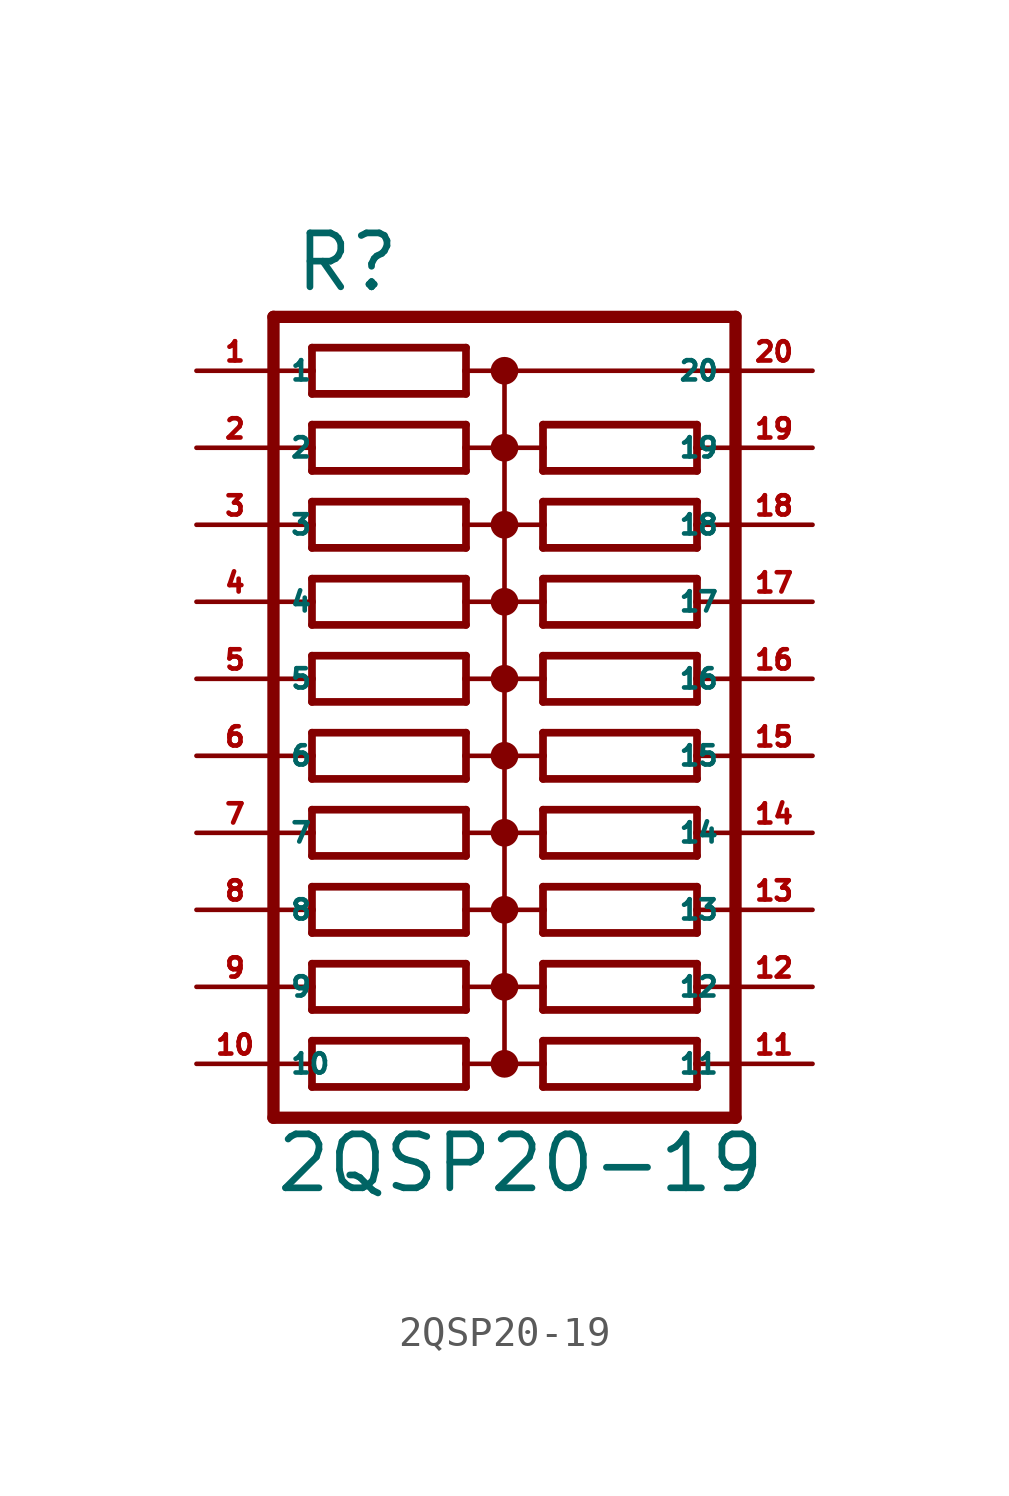
<source format=kicad_sym>
(kicad_symbol_lib
  (version 20220914)
  (generator Eagle2Kicad)
  (symbol "2QSP20-19"
    (property "Reference" "R"
      (at -6.985 12.7 0)
      (effects (font (size 1.778 1.778) (thickness 0.22)) (justify left bottom)))
    (property "Value" "2QSP20-19"
      (at -7.62 -17.018 0)
      (effects (font (size 1.778 1.778) (thickness 0.22)) (justify left bottom)))
    (polyline
      (pts (xy -6.35 9.398) (xy -1.27 9.398))
      (stroke (width 0.254) (type default))
      (fill (type none)))
    (polyline
      (pts (xy -1.27 10.922) (xy -6.35 10.922))
      (stroke (width 0.254) (type default))
      (fill (type none)))
    (polyline
      (pts (xy -1.27 9.398) (xy -1.27 10.16))
      (stroke (width 0.254) (type default))
      (fill (type none)))
    (polyline
      (pts (xy -6.35 10.922) (xy -6.35 10.16))
      (stroke (width 0.254) (type default))
      (fill (type none)))
    (polyline
      (pts (xy -6.35 10.16) (xy -7.62 10.16))
      (stroke (width 0.152) (type default))
      (fill (type none)))
    (polyline
      (pts (xy -6.35 10.16) (xy -6.35 9.398))
      (stroke (width 0.254) (type default))
      (fill (type none)))
    (polyline
      (pts (xy 0 10.16) (xy -1.27 10.16))
      (stroke (width 0.152) (type default))
      (fill (type none)))
    (polyline
      (pts (xy -1.27 10.16) (xy -1.27 10.922))
      (stroke (width 0.254) (type default))
      (fill (type none)))
    (polyline
      (pts (xy 0 10.16) (xy 0 7.62))
      (stroke (width 0.152) (type default))
      (fill (type none)))
    (polyline
      (pts (xy 0 7.62) (xy -1.27 7.62))
      (stroke (width 0.152) (type default))
      (fill (type none)))
    (polyline
      (pts (xy 0 7.62) (xy 0 5.08))
      (stroke (width 0.152) (type default))
      (fill (type none)))
    (polyline
      (pts (xy 0 5.08) (xy -1.27 5.08))
      (stroke (width 0.152) (type default))
      (fill (type none)))
    (polyline
      (pts (xy 0 5.08) (xy 0 2.54))
      (stroke (width 0.152) (type default))
      (fill (type none)))
    (polyline
      (pts (xy 0 2.54) (xy -1.27 2.54))
      (stroke (width 0.152) (type default))
      (fill (type none)))
    (polyline
      (pts (xy 0 2.54) (xy 0 0))
      (stroke (width 0.152) (type default))
      (fill (type none)))
    (polyline
      (pts (xy 0 0) (xy -1.27 0))
      (stroke (width 0.152) (type default))
      (fill (type none)))
    (polyline
      (pts (xy -7.62 0) (xy -6.35 0))
      (stroke (width 0.152) (type default))
      (fill (type none)))
    (polyline
      (pts (xy -7.62 2.54) (xy -6.35 2.54))
      (stroke (width 0.152) (type default))
      (fill (type none)))
    (polyline
      (pts (xy -7.62 5.08) (xy -6.35 5.08))
      (stroke (width 0.152) (type default))
      (fill (type none)))
    (polyline
      (pts (xy -7.62 7.62) (xy -6.35 7.62))
      (stroke (width 0.152) (type default))
      (fill (type none)))
    (polyline
      (pts (xy -6.35 7.62) (xy -6.35 6.858))
      (stroke (width 0.254) (type default))
      (fill (type none)))
    (polyline
      (pts (xy -6.35 8.382) (xy -6.35 7.62))
      (stroke (width 0.254) (type default))
      (fill (type none)))
    (polyline
      (pts (xy -1.27 6.858) (xy -1.27 7.62))
      (stroke (width 0.254) (type default))
      (fill (type none)))
    (polyline
      (pts (xy -1.27 7.62) (xy -1.27 8.382))
      (stroke (width 0.254) (type default))
      (fill (type none)))
    (polyline
      (pts (xy -6.35 6.858) (xy -1.27 6.858))
      (stroke (width 0.254) (type default))
      (fill (type none)))
    (polyline
      (pts (xy -1.27 8.382) (xy -6.35 8.382))
      (stroke (width 0.254) (type default))
      (fill (type none)))
    (polyline
      (pts (xy -6.35 4.318) (xy -1.27 4.318))
      (stroke (width 0.254) (type default))
      (fill (type none)))
    (polyline
      (pts (xy -6.35 1.778) (xy -1.27 1.778))
      (stroke (width 0.254) (type default))
      (fill (type none)))
    (polyline
      (pts (xy -6.35 -0.762) (xy -1.27 -0.762))
      (stroke (width 0.254) (type default))
      (fill (type none)))
    (polyline
      (pts (xy -1.27 5.842) (xy -6.35 5.842))
      (stroke (width 0.254) (type default))
      (fill (type none)))
    (polyline
      (pts (xy -1.27 3.302) (xy -6.35 3.302))
      (stroke (width 0.254) (type default))
      (fill (type none)))
    (polyline
      (pts (xy -1.27 0.762) (xy -6.35 0.762))
      (stroke (width 0.254) (type default))
      (fill (type none)))
    (polyline
      (pts (xy -1.27 4.318) (xy -1.27 5.08))
      (stroke (width 0.254) (type default))
      (fill (type none)))
    (polyline
      (pts (xy -1.27 1.778) (xy -1.27 2.54))
      (stroke (width 0.254) (type default))
      (fill (type none)))
    (polyline
      (pts (xy -1.27 -0.762) (xy -1.27 0))
      (stroke (width 0.254) (type default))
      (fill (type none)))
    (polyline
      (pts (xy -1.27 5.08) (xy -1.27 5.842))
      (stroke (width 0.254) (type default))
      (fill (type none)))
    (polyline
      (pts (xy -1.27 2.54) (xy -1.27 3.302))
      (stroke (width 0.254) (type default))
      (fill (type none)))
    (polyline
      (pts (xy -1.27 0) (xy -1.27 0.762))
      (stroke (width 0.254) (type default))
      (fill (type none)))
    (polyline
      (pts (xy -6.35 5.08) (xy -6.35 4.318))
      (stroke (width 0.254) (type default))
      (fill (type none)))
    (polyline
      (pts (xy -6.35 2.54) (xy -6.35 1.778))
      (stroke (width 0.254) (type default))
      (fill (type none)))
    (polyline
      (pts (xy -6.35 0) (xy -6.35 -0.762))
      (stroke (width 0.254) (type default))
      (fill (type none)))
    (polyline
      (pts (xy -6.35 5.842) (xy -6.35 5.08))
      (stroke (width 0.254) (type default))
      (fill (type none)))
    (polyline
      (pts (xy -6.35 3.302) (xy -6.35 2.54))
      (stroke (width 0.254) (type default))
      (fill (type none)))
    (polyline
      (pts (xy -6.35 0.762) (xy -6.35 0))
      (stroke (width 0.254) (type default))
      (fill (type none)))
    (polyline
      (pts (xy 7.62 11.938) (xy -7.62 11.938))
      (stroke (width 0.406) (type default))
      (fill (type none)))
    (polyline
      (pts (xy -6.35 -3.302) (xy -1.27 -3.302))
      (stroke (width 0.254) (type default))
      (fill (type none)))
    (polyline
      (pts (xy -1.27 -1.778) (xy -6.35 -1.778))
      (stroke (width 0.254) (type default))
      (fill (type none)))
    (polyline
      (pts (xy -1.27 -3.302) (xy -1.27 -2.54))
      (stroke (width 0.254) (type default))
      (fill (type none)))
    (polyline
      (pts (xy -6.35 -1.778) (xy -6.35 -2.54))
      (stroke (width 0.254) (type default))
      (fill (type none)))
    (polyline
      (pts (xy -6.35 -2.54) (xy -7.62 -2.54))
      (stroke (width 0.152) (type default))
      (fill (type none)))
    (polyline
      (pts (xy -6.35 -2.54) (xy -6.35 -3.302))
      (stroke (width 0.254) (type default))
      (fill (type none)))
    (polyline
      (pts (xy 0 -2.54) (xy -1.27 -2.54))
      (stroke (width 0.152) (type default))
      (fill (type none)))
    (polyline
      (pts (xy -1.27 -2.54) (xy -1.27 -1.778))
      (stroke (width 0.254) (type default))
      (fill (type none)))
    (polyline
      (pts (xy 0 -2.54) (xy 0 -5.08))
      (stroke (width 0.152) (type default))
      (fill (type none)))
    (polyline
      (pts (xy 0 -5.08) (xy -1.27 -5.08))
      (stroke (width 0.152) (type default))
      (fill (type none)))
    (polyline
      (pts (xy 0 -5.08) (xy 0 -7.62))
      (stroke (width 0.152) (type default))
      (fill (type none)))
    (polyline
      (pts (xy 0 -7.62) (xy -1.27 -7.62))
      (stroke (width 0.152) (type default))
      (fill (type none)))
    (polyline
      (pts (xy -7.62 -7.62) (xy -6.35 -7.62))
      (stroke (width 0.152) (type default))
      (fill (type none)))
    (polyline
      (pts (xy -7.62 -5.08) (xy -6.35 -5.08))
      (stroke (width 0.152) (type default))
      (fill (type none)))
    (polyline
      (pts (xy -6.35 -5.08) (xy -6.35 -5.842))
      (stroke (width 0.254) (type default))
      (fill (type none)))
    (polyline
      (pts (xy -6.35 -4.318) (xy -6.35 -5.08))
      (stroke (width 0.254) (type default))
      (fill (type none)))
    (polyline
      (pts (xy -1.27 -5.842) (xy -1.27 -5.08))
      (stroke (width 0.254) (type default))
      (fill (type none)))
    (polyline
      (pts (xy -1.27 -5.08) (xy -1.27 -4.318))
      (stroke (width 0.254) (type default))
      (fill (type none)))
    (polyline
      (pts (xy -6.35 -5.842) (xy -1.27 -5.842))
      (stroke (width 0.254) (type default))
      (fill (type none)))
    (polyline
      (pts (xy -1.27 -4.318) (xy -6.35 -4.318))
      (stroke (width 0.254) (type default))
      (fill (type none)))
    (polyline
      (pts (xy -6.35 -8.382) (xy -1.27 -8.382))
      (stroke (width 0.254) (type default))
      (fill (type none)))
    (polyline
      (pts (xy -1.27 -6.858) (xy -6.35 -6.858))
      (stroke (width 0.254) (type default))
      (fill (type none)))
    (polyline
      (pts (xy -1.27 -8.382) (xy -1.27 -7.62))
      (stroke (width 0.254) (type default))
      (fill (type none)))
    (polyline
      (pts (xy -1.27 -7.62) (xy -1.27 -6.858))
      (stroke (width 0.254) (type default))
      (fill (type none)))
    (polyline
      (pts (xy -6.35 -7.62) (xy -6.35 -8.382))
      (stroke (width 0.254) (type default))
      (fill (type none)))
    (polyline
      (pts (xy -6.35 -6.858) (xy -6.35 -7.62))
      (stroke (width 0.254) (type default))
      (fill (type none)))
    (polyline
      (pts (xy 7.62 11.938) (xy 7.62 10.16))
      (stroke (width 0.406) (type default))
      (fill (type none)))
    (polyline
      (pts (xy 7.62 10.16) (xy 7.62 7.62))
      (stroke (width 0.406) (type default))
      (fill (type none)))
    (polyline
      (pts (xy 7.62 7.62) (xy 7.62 5.08))
      (stroke (width 0.406) (type default))
      (fill (type none)))
    (polyline
      (pts (xy 7.62 5.08) (xy 7.62 2.54))
      (stroke (width 0.406) (type default))
      (fill (type none)))
    (polyline
      (pts (xy 7.62 2.54) (xy 7.62 0))
      (stroke (width 0.406) (type default))
      (fill (type none)))
    (polyline
      (pts (xy 7.62 0) (xy 7.62 -2.54))
      (stroke (width 0.406) (type default))
      (fill (type none)))
    (polyline
      (pts (xy 7.62 -2.54) (xy 7.62 -5.08))
      (stroke (width 0.406) (type default))
      (fill (type none)))
    (polyline
      (pts (xy 7.62 -5.08) (xy 7.62 -7.62))
      (stroke (width 0.406) (type default))
      (fill (type none)))
    (polyline
      (pts (xy 7.62 -7.62) (xy 7.62 -14.478))
      (stroke (width 0.406) (type default))
      (fill (type none)))
    (polyline
      (pts (xy 7.62 -14.478) (xy -7.62 -14.478))
      (stroke (width 0.406) (type default))
      (fill (type none)))
    (polyline
      (pts (xy -7.62 11.938) (xy -7.62 -14.478))
      (stroke (width 0.406) (type default))
      (fill (type none)))
    (polyline
      (pts (xy 0 0) (xy 0 -2.54))
      (stroke (width 0.152) (type default))
      (fill (type none)))
    (polyline
      (pts (xy 0 10.16) (xy 7.62 10.16))
      (stroke (width 0.152) (type default))
      (fill (type none)))
    (polyline
      (pts (xy 6.35 -6.858) (xy 1.27 -6.858))
      (stroke (width 0.254) (type default))
      (fill (type none)))
    (polyline
      (pts (xy 1.27 -8.382) (xy 6.35 -8.382))
      (stroke (width 0.254) (type default))
      (fill (type none)))
    (polyline
      (pts (xy 1.27 -6.858) (xy 1.27 -7.62))
      (stroke (width 0.254) (type default))
      (fill (type none)))
    (polyline
      (pts (xy 6.35 -8.382) (xy 6.35 -7.62))
      (stroke (width 0.254) (type default))
      (fill (type none)))
    (polyline
      (pts (xy 6.35 -7.62) (xy 7.62 -7.62))
      (stroke (width 0.152) (type default))
      (fill (type none)))
    (polyline
      (pts (xy 6.35 -7.62) (xy 6.35 -6.858))
      (stroke (width 0.254) (type default))
      (fill (type none)))
    (polyline
      (pts (xy 0 -7.62) (xy 1.27 -7.62))
      (stroke (width 0.152) (type default))
      (fill (type none)))
    (polyline
      (pts (xy 1.27 -7.62) (xy 1.27 -8.382))
      (stroke (width 0.254) (type default))
      (fill (type none)))
    (polyline
      (pts (xy 0 -5.08) (xy 1.27 -5.08))
      (stroke (width 0.152) (type default))
      (fill (type none)))
    (polyline
      (pts (xy 0 -2.54) (xy 1.27 -2.54))
      (stroke (width 0.152) (type default))
      (fill (type none)))
    (polyline
      (pts (xy 0 0) (xy 1.27 0))
      (stroke (width 0.152) (type default))
      (fill (type none)))
    (polyline
      (pts (xy 0 2.54) (xy 1.27 2.54))
      (stroke (width 0.152) (type default))
      (fill (type none)))
    (polyline
      (pts (xy 7.62 2.54) (xy 6.35 2.54))
      (stroke (width 0.152) (type default))
      (fill (type none)))
    (polyline
      (pts (xy 7.62 0) (xy 6.35 0))
      (stroke (width 0.152) (type default))
      (fill (type none)))
    (polyline
      (pts (xy 7.62 -2.54) (xy 6.35 -2.54))
      (stroke (width 0.152) (type default))
      (fill (type none)))
    (polyline
      (pts (xy 7.62 -5.08) (xy 6.35 -5.08))
      (stroke (width 0.152) (type default))
      (fill (type none)))
    (polyline
      (pts (xy 6.35 -5.08) (xy 6.35 -4.318))
      (stroke (width 0.254) (type default))
      (fill (type none)))
    (polyline
      (pts (xy 6.35 -5.842) (xy 6.35 -5.08))
      (stroke (width 0.254) (type default))
      (fill (type none)))
    (polyline
      (pts (xy 1.27 -4.318) (xy 1.27 -5.08))
      (stroke (width 0.254) (type default))
      (fill (type none)))
    (polyline
      (pts (xy 1.27 -5.08) (xy 1.27 -5.842))
      (stroke (width 0.254) (type default))
      (fill (type none)))
    (polyline
      (pts (xy 6.35 -4.318) (xy 1.27 -4.318))
      (stroke (width 0.254) (type default))
      (fill (type none)))
    (polyline
      (pts (xy 1.27 -5.842) (xy 6.35 -5.842))
      (stroke (width 0.254) (type default))
      (fill (type none)))
    (polyline
      (pts (xy 6.35 -1.778) (xy 1.27 -1.778))
      (stroke (width 0.254) (type default))
      (fill (type none)))
    (polyline
      (pts (xy 6.35 0.762) (xy 1.27 0.762))
      (stroke (width 0.254) (type default))
      (fill (type none)))
    (polyline
      (pts (xy 6.35 3.302) (xy 1.27 3.302))
      (stroke (width 0.254) (type default))
      (fill (type none)))
    (polyline
      (pts (xy 1.27 -3.302) (xy 6.35 -3.302))
      (stroke (width 0.254) (type default))
      (fill (type none)))
    (polyline
      (pts (xy 1.27 -0.762) (xy 6.35 -0.762))
      (stroke (width 0.254) (type default))
      (fill (type none)))
    (polyline
      (pts (xy 1.27 1.778) (xy 6.35 1.778))
      (stroke (width 0.254) (type default))
      (fill (type none)))
    (polyline
      (pts (xy 1.27 -1.778) (xy 1.27 -2.54))
      (stroke (width 0.254) (type default))
      (fill (type none)))
    (polyline
      (pts (xy 1.27 0.762) (xy 1.27 0))
      (stroke (width 0.254) (type default))
      (fill (type none)))
    (polyline
      (pts (xy 1.27 3.302) (xy 1.27 2.54))
      (stroke (width 0.254) (type default))
      (fill (type none)))
    (polyline
      (pts (xy 1.27 -2.54) (xy 1.27 -3.302))
      (stroke (width 0.254) (type default))
      (fill (type none)))
    (polyline
      (pts (xy 1.27 0) (xy 1.27 -0.762))
      (stroke (width 0.254) (type default))
      (fill (type none)))
    (polyline
      (pts (xy 1.27 2.54) (xy 1.27 1.778))
      (stroke (width 0.254) (type default))
      (fill (type none)))
    (polyline
      (pts (xy 6.35 -2.54) (xy 6.35 -1.778))
      (stroke (width 0.254) (type default))
      (fill (type none)))
    (polyline
      (pts (xy 6.35 0) (xy 6.35 0.762))
      (stroke (width 0.254) (type default))
      (fill (type none)))
    (polyline
      (pts (xy 6.35 2.54) (xy 6.35 3.302))
      (stroke (width 0.254) (type default))
      (fill (type none)))
    (polyline
      (pts (xy 6.35 -3.302) (xy 6.35 -2.54))
      (stroke (width 0.254) (type default))
      (fill (type none)))
    (polyline
      (pts (xy 6.35 -0.762) (xy 6.35 0))
      (stroke (width 0.254) (type default))
      (fill (type none)))
    (polyline
      (pts (xy 6.35 1.778) (xy 6.35 2.54))
      (stroke (width 0.254) (type default))
      (fill (type none)))
    (polyline
      (pts (xy 6.35 5.842) (xy 1.27 5.842))
      (stroke (width 0.254) (type default))
      (fill (type none)))
    (polyline
      (pts (xy 1.27 4.318) (xy 6.35 4.318))
      (stroke (width 0.254) (type default))
      (fill (type none)))
    (polyline
      (pts (xy 1.27 5.842) (xy 1.27 5.08))
      (stroke (width 0.254) (type default))
      (fill (type none)))
    (polyline
      (pts (xy 6.35 4.318) (xy 6.35 5.08))
      (stroke (width 0.254) (type default))
      (fill (type none)))
    (polyline
      (pts (xy 6.35 5.08) (xy 7.62 5.08))
      (stroke (width 0.152) (type default))
      (fill (type none)))
    (polyline
      (pts (xy 6.35 5.08) (xy 6.35 5.842))
      (stroke (width 0.254) (type default))
      (fill (type none)))
    (polyline
      (pts (xy 0 5.08) (xy 1.27 5.08))
      (stroke (width 0.152) (type default))
      (fill (type none)))
    (polyline
      (pts (xy 1.27 5.08) (xy 1.27 4.318))
      (stroke (width 0.254) (type default))
      (fill (type none)))
    (polyline
      (pts (xy 0 7.62) (xy 1.27 7.62))
      (stroke (width 0.152) (type default))
      (fill (type none)))
    (polyline
      (pts (xy 7.62 7.62) (xy 6.35 7.62))
      (stroke (width 0.152) (type default))
      (fill (type none)))
    (polyline
      (pts (xy 6.35 7.62) (xy 6.35 8.382))
      (stroke (width 0.254) (type default))
      (fill (type none)))
    (polyline
      (pts (xy 6.35 6.858) (xy 6.35 7.62))
      (stroke (width 0.254) (type default))
      (fill (type none)))
    (polyline
      (pts (xy 1.27 8.382) (xy 1.27 7.62))
      (stroke (width 0.254) (type default))
      (fill (type none)))
    (polyline
      (pts (xy 1.27 7.62) (xy 1.27 6.858))
      (stroke (width 0.254) (type default))
      (fill (type none)))
    (polyline
      (pts (xy 6.35 8.382) (xy 1.27 8.382))
      (stroke (width 0.254) (type default))
      (fill (type none)))
    (polyline
      (pts (xy 1.27 6.858) (xy 6.35 6.858))
      (stroke (width 0.254) (type default))
      (fill (type none)))
    (polyline
      (pts (xy -6.35 -10.922) (xy -1.27 -10.922))
      (stroke (width 0.254) (type default))
      (fill (type none)))
    (polyline
      (pts (xy -1.27 -9.398) (xy -6.35 -9.398))
      (stroke (width 0.254) (type default))
      (fill (type none)))
    (polyline
      (pts (xy -1.27 -10.922) (xy -1.27 -10.16))
      (stroke (width 0.254) (type default))
      (fill (type none)))
    (polyline
      (pts (xy -6.35 -9.398) (xy -6.35 -10.16))
      (stroke (width 0.254) (type default))
      (fill (type none)))
    (polyline
      (pts (xy -6.35 -10.16) (xy -7.62 -10.16))
      (stroke (width 0.152) (type default))
      (fill (type none)))
    (polyline
      (pts (xy -6.35 -10.16) (xy -6.35 -10.922))
      (stroke (width 0.254) (type default))
      (fill (type none)))
    (polyline
      (pts (xy -1.27 -10.16) (xy -1.27 -9.398))
      (stroke (width 0.254) (type default))
      (fill (type none)))
    (polyline
      (pts (xy -7.62 -12.7) (xy -6.35 -12.7))
      (stroke (width 0.152) (type default))
      (fill (type none)))
    (polyline
      (pts (xy -6.35 -12.7) (xy -6.35 -13.462))
      (stroke (width 0.254) (type default))
      (fill (type none)))
    (polyline
      (pts (xy -6.35 -11.938) (xy -6.35 -12.7))
      (stroke (width 0.254) (type default))
      (fill (type none)))
    (polyline
      (pts (xy -1.27 -13.462) (xy -1.27 -12.7))
      (stroke (width 0.254) (type default))
      (fill (type none)))
    (polyline
      (pts (xy -1.27 -12.7) (xy -1.27 -11.938))
      (stroke (width 0.254) (type default))
      (fill (type none)))
    (polyline
      (pts (xy -6.35 -13.462) (xy -1.27 -13.462))
      (stroke (width 0.254) (type default))
      (fill (type none)))
    (polyline
      (pts (xy -1.27 -11.938) (xy -6.35 -11.938))
      (stroke (width 0.254) (type default))
      (fill (type none)))
    (polyline
      (pts (xy 6.35 -11.938) (xy 1.27 -11.938))
      (stroke (width 0.254) (type default))
      (fill (type none)))
    (polyline
      (pts (xy 1.27 -13.462) (xy 6.35 -13.462))
      (stroke (width 0.254) (type default))
      (fill (type none)))
    (polyline
      (pts (xy 1.27 -11.938) (xy 1.27 -12.7))
      (stroke (width 0.254) (type default))
      (fill (type none)))
    (polyline
      (pts (xy 6.35 -13.462) (xy 6.35 -12.7))
      (stroke (width 0.254) (type default))
      (fill (type none)))
    (polyline
      (pts (xy 6.35 -12.7) (xy 7.62 -12.7))
      (stroke (width 0.152) (type default))
      (fill (type none)))
    (polyline
      (pts (xy 6.35 -12.7) (xy 6.35 -11.938))
      (stroke (width 0.254) (type default))
      (fill (type none)))
    (polyline
      (pts (xy -1.27 -12.7) (xy 0 -12.7))
      (stroke (width 0.152) (type default))
      (fill (type none)))
    (polyline
      (pts (xy 0 -12.7) (xy 1.27 -12.7))
      (stroke (width 0.152) (type default))
      (fill (type none)))
    (polyline
      (pts (xy 1.27 -12.7) (xy 1.27 -13.462))
      (stroke (width 0.254) (type default))
      (fill (type none)))
    (polyline
      (pts (xy -1.27 -10.16) (xy 0 -10.16))
      (stroke (width 0.152) (type default))
      (fill (type none)))
    (polyline
      (pts (xy 0 -10.16) (xy 1.27 -10.16))
      (stroke (width 0.152) (type default))
      (fill (type none)))
    (polyline
      (pts (xy 7.62 -10.16) (xy 6.35 -10.16))
      (stroke (width 0.152) (type default))
      (fill (type none)))
    (polyline
      (pts (xy 6.35 -10.16) (xy 6.35 -9.398))
      (stroke (width 0.254) (type default))
      (fill (type none)))
    (polyline
      (pts (xy 6.35 -10.922) (xy 6.35 -10.16))
      (stroke (width 0.254) (type default))
      (fill (type none)))
    (polyline
      (pts (xy 1.27 -9.398) (xy 1.27 -10.16))
      (stroke (width 0.254) (type default))
      (fill (type none)))
    (polyline
      (pts (xy 1.27 -10.16) (xy 1.27 -10.922))
      (stroke (width 0.254) (type default))
      (fill (type none)))
    (polyline
      (pts (xy 6.35 -9.398) (xy 1.27 -9.398))
      (stroke (width 0.254) (type default))
      (fill (type none)))
    (polyline
      (pts (xy 1.27 -10.922) (xy 6.35 -10.922))
      (stroke (width 0.254) (type default))
      (fill (type none)))
    (polyline
      (pts (xy 0 -7.62) (xy 0 -10.16))
      (stroke (width 0.152) (type default))
      (fill (type none)))
    (polyline
      (pts (xy 0 -10.16) (xy 0 -12.7))
      (stroke (width 0.152) (type default))
      (fill (type none)))
    (circle
      (center 0 10.16)
      (radius 0.254)
      (stroke (width 0.406) (type default))
      (fill (type none)))
    (circle
      (center 0 7.62)
      (radius 0.254)
      (stroke (width 0.406) (type default))
      (fill (type none)))
    (circle
      (center 0 5.08)
      (radius 0.254)
      (stroke (width 0.406) (type default))
      (fill (type none)))
    (circle
      (center 0 2.54)
      (radius 0.254)
      (stroke (width 0.406) (type default))
      (fill (type none)))
    (circle
      (center 0 0)
      (radius 0.254)
      (stroke (width 0.406) (type default))
      (fill (type none)))
    (circle
      (center 0 -2.54)
      (radius 0.254)
      (stroke (width 0.406) (type default))
      (fill (type none)))
    (circle
      (center 0 -5.08)
      (radius 0.254)
      (stroke (width 0.406) (type default))
      (fill (type none)))
    (circle
      (center 0 -7.62)
      (radius 0.254)
      (stroke (width 0.406) (type default))
      (fill (type none)))
    (circle
      (center 0 -10.16)
      (radius 0.254)
      (stroke (width 0.406) (type default))
      (fill (type none)))
    (circle
      (center 0 -12.7)
      (radius 0.254)
      (stroke (width 0.406) (type default))
      (fill (type none)))
    (pin passive line
      (at 10.16 0 180)
      (length 2.54)
      (name "16" (effects (font (size 0.635 0.635) (thickness 0.08)) (justify left bottom)))
      (number "16" (effects (font (size 0.635 0.635) (thickness 0.08)) (justify left bottom))))
    (pin passive line
      (at -10.16 7.62 0)
      (length 2.54)
      (name "2" (effects (font (size 0.635 0.635) (thickness 0.08)) (justify left bottom)))
      (number "2" (effects (font (size 0.635 0.635) (thickness 0.08)) (justify left bottom))))
    (pin passive line
      (at -10.16 5.08 0)
      (length 2.54)
      (name "3" (effects (font (size 0.635 0.635) (thickness 0.08)) (justify left bottom)))
      (number "3" (effects (font (size 0.635 0.635) (thickness 0.08)) (justify left bottom))))
    (pin passive line
      (at -10.16 2.54 0)
      (length 2.54)
      (name "4" (effects (font (size 0.635 0.635) (thickness 0.08)) (justify left bottom)))
      (number "4" (effects (font (size 0.635 0.635) (thickness 0.08)) (justify left bottom))))
    (pin passive line
      (at -10.16 0 0)
      (length 2.54)
      (name "5" (effects (font (size 0.635 0.635) (thickness 0.08)) (justify left bottom)))
      (number "5" (effects (font (size 0.635 0.635) (thickness 0.08)) (justify left bottom))))
    (pin passive line
      (at -10.16 -2.54 0)
      (length 2.54)
      (name "6" (effects (font (size 0.635 0.635) (thickness 0.08)) (justify left bottom)))
      (number "6" (effects (font (size 0.635 0.635) (thickness 0.08)) (justify left bottom))))
    (pin passive line
      (at -10.16 -5.08 0)
      (length 2.54)
      (name "7" (effects (font (size 0.635 0.635) (thickness 0.08)) (justify left bottom)))
      (number "7" (effects (font (size 0.635 0.635) (thickness 0.08)) (justify left bottom))))
    (pin passive line
      (at -10.16 -7.62 0)
      (length 2.54)
      (name "8" (effects (font (size 0.635 0.635) (thickness 0.08)) (justify left bottom)))
      (number "8" (effects (font (size 0.635 0.635) (thickness 0.08)) (justify left bottom))))
    (pin passive line
      (at -10.16 10.16 0)
      (length 2.54)
      (name "1" (effects (font (size 0.635 0.635) (thickness 0.08)) (justify left bottom)))
      (number "1" (effects (font (size 0.635 0.635) (thickness 0.08)) (justify left bottom))))
    (pin passive line
      (at -10.16 -10.16 0)
      (length 2.54)
      (name "9" (effects (font (size 0.635 0.635) (thickness 0.08)) (justify left bottom)))
      (number "9" (effects (font (size 0.635 0.635) (thickness 0.08)) (justify left bottom))))
    (pin passive line
      (at -10.16 -12.7 0)
      (length 2.54)
      (name "10" (effects (font (size 0.635 0.635) (thickness 0.08)) (justify left bottom)))
      (number "10" (effects (font (size 0.635 0.635) (thickness 0.08)) (justify left bottom))))
    (pin passive line
      (at 10.16 -12.7 180)
      (length 2.54)
      (name "11" (effects (font (size 0.635 0.635) (thickness 0.08)) (justify left bottom)))
      (number "11" (effects (font (size 0.635 0.635) (thickness 0.08)) (justify left bottom))))
    (pin passive line
      (at 10.16 -10.16 180)
      (length 2.54)
      (name "12" (effects (font (size 0.635 0.635) (thickness 0.08)) (justify left bottom)))
      (number "12" (effects (font (size 0.635 0.635) (thickness 0.08)) (justify left bottom))))
    (pin passive line
      (at 10.16 -7.62 180)
      (length 2.54)
      (name "13" (effects (font (size 0.635 0.635) (thickness 0.08)) (justify left bottom)))
      (number "13" (effects (font (size 0.635 0.635) (thickness 0.08)) (justify left bottom))))
    (pin passive line
      (at 10.16 -5.08 180)
      (length 2.54)
      (name "14" (effects (font (size 0.635 0.635) (thickness 0.08)) (justify left bottom)))
      (number "14" (effects (font (size 0.635 0.635) (thickness 0.08)) (justify left bottom))))
    (pin passive line
      (at 10.16 -2.54 180)
      (length 2.54)
      (name "15" (effects (font (size 0.635 0.635) (thickness 0.08)) (justify left bottom)))
      (number "15" (effects (font (size 0.635 0.635) (thickness 0.08)) (justify left bottom))))
    (pin passive line
      (at 10.16 2.54 180)
      (length 2.54)
      (name "17" (effects (font (size 0.635 0.635) (thickness 0.08)) (justify left bottom)))
      (number "17" (effects (font (size 0.635 0.635) (thickness 0.08)) (justify left bottom))))
    (pin passive line
      (at 10.16 5.08 180)
      (length 2.54)
      (name "18" (effects (font (size 0.635 0.635) (thickness 0.08)) (justify left bottom)))
      (number "18" (effects (font (size 0.635 0.635) (thickness 0.08)) (justify left bottom))))
    (pin passive line
      (at 10.16 7.62 180)
      (length 2.54)
      (name "19" (effects (font (size 0.635 0.635) (thickness 0.08)) (justify left bottom)))
      (number "19" (effects (font (size 0.635 0.635) (thickness 0.08)) (justify left bottom))))
    (pin passive line
      (at 10.16 10.16 180)
      (length 2.54)
      (name "20" (effects (font (size 0.635 0.635) (thickness 0.08)) (justify left bottom)))
      (number "20" (effects (font (size 0.635 0.635) (thickness 0.08)) (justify left bottom))))))
</source>
